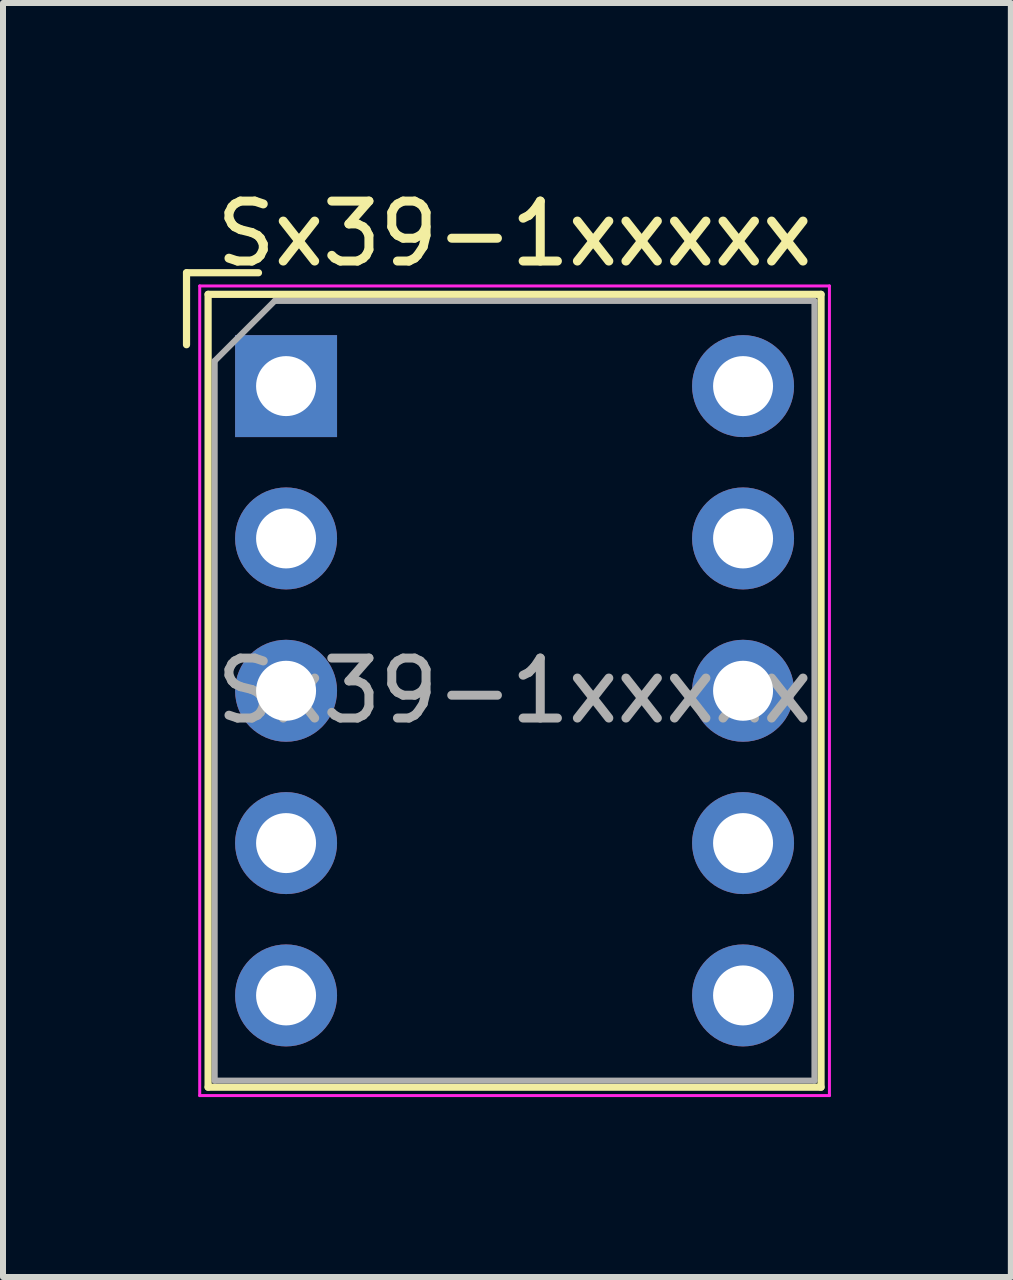
<source format=kicad_pcb>
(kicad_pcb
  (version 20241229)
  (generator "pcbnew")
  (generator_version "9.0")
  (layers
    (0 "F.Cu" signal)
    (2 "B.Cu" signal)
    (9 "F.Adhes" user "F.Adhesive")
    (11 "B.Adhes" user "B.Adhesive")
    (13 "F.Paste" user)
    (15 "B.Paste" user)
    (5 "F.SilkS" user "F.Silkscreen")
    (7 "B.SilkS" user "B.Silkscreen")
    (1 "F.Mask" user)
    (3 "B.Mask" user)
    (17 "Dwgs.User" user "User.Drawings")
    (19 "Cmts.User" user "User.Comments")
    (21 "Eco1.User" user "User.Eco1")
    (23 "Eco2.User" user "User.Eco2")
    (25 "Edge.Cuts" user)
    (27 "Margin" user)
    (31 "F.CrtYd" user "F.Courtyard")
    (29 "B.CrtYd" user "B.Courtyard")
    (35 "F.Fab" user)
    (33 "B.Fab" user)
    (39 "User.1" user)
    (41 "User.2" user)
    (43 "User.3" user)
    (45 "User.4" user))
  (footprint "Sx39-1xxxxx"
    (layer "F.Cu")
    (at 5.53 8.468)
    (property "Reference" "Sx39-1xxxxx" (at 0 -7.62 0) (layer "F.SilkS") (effects (font (size 1 1) (thickness 0.15))))
    (attr through_hole)
    (fp_line (start -5.47 -6.97) (end -4.27 -6.97) (stroke (width 0.12) (type solid)) (layer "F.SilkS"))
    (fp_line (start -5.47 -5.77) (end -5.47 -6.97) (stroke (width 0.12) (type solid)) (layer "F.SilkS"))
    (fp_line (start -5.11 -6.61) (end -5.11 6.61) (stroke (width 0.12) (type solid)) (layer "F.SilkS"))
    (fp_line (start -5.11 6.61) (end 5.11 6.61) (stroke (width 0.12) (type solid)) (layer "F.SilkS"))
    (fp_line (start 5.11 -6.61) (end -5.11 -6.61) (stroke (width 0.12) (type solid)) (layer "F.SilkS"))
    (fp_line (start 5.11 6.61) (end 5.11 -6.61) (stroke (width 0.12) (type solid)) (layer "F.SilkS"))
    (fp_line (start -5.25 -6.75) (end 5.25 -6.75) (stroke (width 0.05) (type solid)) (layer "F.CrtYd"))
    (fp_line (start -5.25 6.75) (end -5.25 -6.75) (stroke (width 0.05) (type solid)) (layer "F.CrtYd"))
    (fp_line (start 5.25 -6.75) (end 5.25 6.75) (stroke (width 0.05) (type solid)) (layer "F.CrtYd"))
    (fp_line (start 5.25 6.75) (end -5.25 6.75) (stroke (width 0.05) (type solid)) (layer "F.CrtYd"))
    (fp_line (start -5 -5.5) (end -4 -6.5) (stroke (width 0.1) (type solid)) (layer "F.Fab"))
    (fp_line (start -5 6.5) (end -5 -5.5) (stroke (width 0.1) (type solid)) (layer "F.Fab"))
    (fp_line (start -4 -6.5) (end 5 -6.5) (stroke (width 0.1) (type solid)) (layer "F.Fab"))
    (fp_line (start 5 -6.5) (end 5 6.5) (stroke (width 0.1) (type solid)) (layer "F.Fab"))
    (fp_line (start 5 6.5) (end -5 6.5) (stroke (width 0.1) (type solid)) (layer "F.Fab"))
    (fp_text user "${REFERENCE}" (at 0 0 0) (layer "F.Fab") (effects (font (size 1 1) (thickness 0.15))))
    (pad "1" thru_hole rect (at -3.81 -5.08) (size 1.7 1.7) (drill 1) (layers "*.Cu" "*.Mask"))
    (pad "2" thru_hole circle (at -3.81 -2.54) (size 1.7 1.7) (drill 1) (layers "*.Cu" "*.Mask"))
    (pad "3" thru_hole circle (at -3.81 0) (size 1.7 1.7) (drill 1) (layers "*.Cu" "*.Mask"))
    (pad "4" thru_hole circle (at -3.81 2.54) (size 1.7 1.7) (drill 1) (layers "*.Cu" "*.Mask"))
    (pad "5" thru_hole circle (at -3.81 5.08) (size 1.7 1.7) (drill 1) (layers "*.Cu" "*.Mask"))
    (pad "6" thru_hole circle (at 3.81 5.08) (size 1.7 1.7) (drill 1) (layers "*.Cu" "*.Mask"))
    (pad "7" thru_hole circle (at 3.81 2.54) (size 1.7 1.7) (drill 1) (layers "*.Cu" "*.Mask"))
    (pad "8" thru_hole circle (at 3.81 0) (size 1.7 1.7) (drill 1) (layers "*.Cu" "*.Mask"))
    (pad "9" thru_hole circle (at 3.81 -2.54) (size 1.7 1.7) (drill 1) (layers "*.Cu" "*.Mask"))
    (pad "10" thru_hole circle (at 3.81 -5.08) (size 1.7 1.7) (drill 1) (layers "*.Cu" "*.Mask")))
  (gr_rect
    (start -3 -3)
    (end 13.805 18.243)
    (stroke (width 0.1) (type default))
    (fill no)
    (layer "Edge.Cuts")))
</source>
